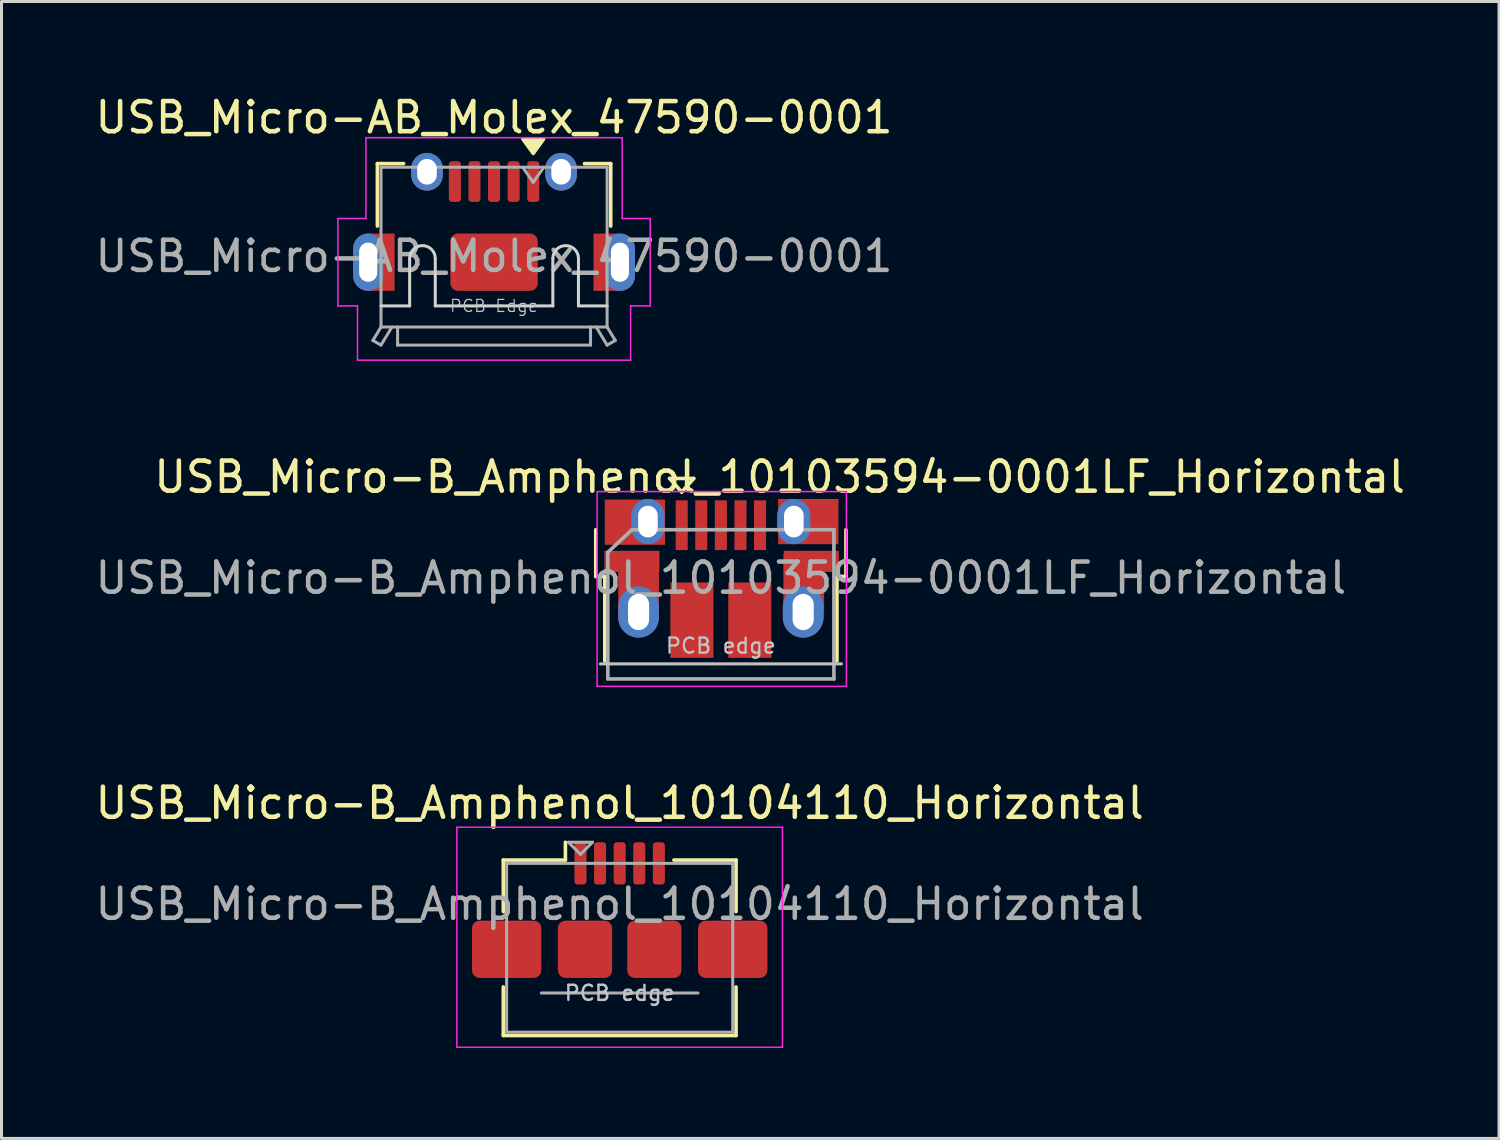
<source format=kicad_pcb>
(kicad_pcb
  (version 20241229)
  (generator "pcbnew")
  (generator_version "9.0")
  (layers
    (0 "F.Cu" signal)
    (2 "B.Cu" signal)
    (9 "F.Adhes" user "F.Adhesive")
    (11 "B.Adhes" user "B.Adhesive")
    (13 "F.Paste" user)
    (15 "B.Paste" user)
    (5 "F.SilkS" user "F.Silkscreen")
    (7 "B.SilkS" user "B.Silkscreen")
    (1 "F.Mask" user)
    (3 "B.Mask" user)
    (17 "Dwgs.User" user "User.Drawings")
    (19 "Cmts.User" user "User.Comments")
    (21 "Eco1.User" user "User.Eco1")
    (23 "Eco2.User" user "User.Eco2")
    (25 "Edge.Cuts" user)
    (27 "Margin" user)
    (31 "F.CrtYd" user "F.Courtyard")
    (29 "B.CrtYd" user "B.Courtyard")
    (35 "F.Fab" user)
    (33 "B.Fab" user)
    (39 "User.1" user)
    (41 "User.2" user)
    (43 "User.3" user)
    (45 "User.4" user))
  (footprint "USB_Micro-B_Amphenol_10103594-0001LF_Horizontal"
    (layer "F.Cu")
    (at 20.888 16.137)
    (property "Reference" "USB_Micro-B_Amphenol_10103594-0001LF_Horizontal" (at 1.925 -3.365 0) (layer "F.SilkS") (effects (font (size 1 1) (thickness 0.15))))
    (attr smd)
    (fp_line (start -4.175 -0.065) (end -4.175 -1.615) (stroke (width 0.12) (type solid)) (layer "F.SilkS"))
    (fp_line (start -4.175 -0.065) (end -3.875 -0.065) (stroke (width 0.12) (type solid)) (layer "F.SilkS"))
    (fp_line (start -3.875 2.735) (end -3.875 -0.065) (stroke (width 0.12) (type solid)) (layer "F.SilkS"))
    (fp_line (start -1.725 -3.315) (end -0.925 -3.315) (stroke (width 0.12) (type solid)) (layer "F.SilkS"))
    (fp_line (start -1.325 -2.865) (end -1.725 -3.315) (stroke (width 0.12) (type solid)) (layer "F.SilkS"))
    (fp_line (start -0.925 -3.315) (end -1.325 -2.865) (stroke (width 0.12) (type solid)) (layer "F.SilkS"))
    (fp_line (start 3.825 -0.065) (end 4.125 -0.065) (stroke (width 0.12) (type solid)) (layer "F.SilkS"))
    (fp_line (start 3.825 2.735) (end 3.825 -0.065) (stroke (width 0.12) (type solid)) (layer "F.SilkS"))
    (fp_line (start 4.125 -0.065) (end 4.125 -1.615) (stroke (width 0.12) (type solid)) (layer "F.SilkS"))
    (fp_line (start -4.025 2.835) (end 3.975 2.835) (stroke (width 0.1) (type solid)) (layer "Dwgs.User"))
    (fp_line (start -4.13 -2.88) (end -4.13 3.58) (stroke (width 0.05) (type solid)) (layer "F.CrtYd"))
    (fp_line (start -4.13 -2.88) (end 4.14 -2.88) (stroke (width 0.05) (type solid)) (layer "F.CrtYd"))
    (fp_line (start 4.14 3.58) (end -4.13 3.58) (stroke (width 0.05) (type solid)) (layer "F.CrtYd"))
    (fp_line (start 4.14 3.58) (end 4.14 -2.88) (stroke (width 0.05) (type solid)) (layer "F.CrtYd"))
    (fp_line (start -3.775 -0.865) (end -2.975 -1.615) (stroke (width 0.12) (type solid)) (layer "F.Fab"))
    (fp_line (start -3.775 3.335) (end -3.775 -0.865) (stroke (width 0.12) (type solid)) (layer "F.Fab"))
    (fp_line (start -2.975 -1.615) (end 3.725 -1.615) (stroke (width 0.12) (type solid)) (layer "F.Fab"))
    (fp_line (start 3.725 -1.615) (end 3.725 3.335) (stroke (width 0.12) (type solid)) (layer "F.Fab"))
    (fp_line (start 3.725 3.335) (end -3.775 3.335) (stroke (width 0.12) (type solid)) (layer "F.Fab"))
    (fp_text user "PCB edge" (at -0.025 2.235 0) (layer "Dwgs.User") (effects (font (size 0.5 0.5) (thickness 0.075))))
    (fp_text user "${REFERENCE}" (at -0.025 -0.015 0) (layer "F.Fab") (effects (font (size 1 1) (thickness 0.15))))
    (pad "1" smd rect (at -1.325 -1.765 90) (size 1.65 0.4) (layers "F.Cu" "F.Mask" "F.Paste"))
    (pad "2" smd rect (at -0.675 -1.765 90) (size 1.65 0.4) (layers "F.Cu" "F.Mask" "F.Paste"))
    (pad "3" smd rect (at -0.025 -1.765 90) (size 1.65 0.4) (layers "F.Cu" "F.Mask" "F.Paste"))
    (pad "4" smd rect (at 0.625 -1.765 90) (size 1.65 0.4) (layers "F.Cu" "F.Mask" "F.Paste"))
    (pad "5" smd rect (at 1.275 -1.765 90) (size 1.65 0.4) (layers "F.Cu" "F.Mask" "F.Paste"))
    (pad "6" smd rect (at -2.975 -0.565) (size 1.825 0.7) (layers "F.Cu" "F.Mask" "F.Paste"))
    (pad "6" smd rect (at -2.875 -1.865) (size 2 1.5) (layers "F.Cu" "F.Mask" "F.Paste"))
    (pad "6" smd rect (at -2.755 0.185) (size 1.35 2) (layers "F.Cu" "F.Mask" "F.Paste"))
    (pad "6" thru_hole oval (at -2.755 1.115 90) (size 1.7 1.35) (drill oval 1.2 0.7) (property pad_prop_mechanical) (layers "*.Cu" "*.Mask"))
    (pad "6" thru_hole oval (at -2.445 -1.885 90) (size 1.5 1.1) (drill oval 1.05 0.65) (property pad_prop_mechanical) (layers "*.Cu" "*.Mask"))
    (pad "6" smd rect (at -0.985 1.385 90) (size 2.5 1.43) (layers "F.Cu" "F.Mask" "F.Paste"))
    (pad "6" smd rect (at 0.935 1.385 90) (size 2.5 1.43) (layers "F.Cu" "F.Mask" "F.Paste"))
    (pad "6" thru_hole oval (at 2.395 -1.885 90) (size 1.5 1.1) (drill oval 1.05 0.65) (property pad_prop_mechanical) (layers "*.Cu" "*.Mask"))
    (pad "6" thru_hole oval (at 2.705 1.115 90) (size 1.7 1.35) (drill oval 1.2 0.7) (property pad_prop_mechanical) (layers "*.Cu" "*.Mask"))
    (pad "6" smd rect (at 2.725 0.185) (size 1.35 2) (layers "F.Cu" "F.Mask" "F.Paste"))
    (pad "6" smd rect (at 2.875 -1.885) (size 2 1.5) (layers "F.Cu" "F.Mask" "F.Paste"))
    (pad "6" smd rect (at 2.975 -0.565) (size 1.825 0.7) (layers "F.Cu" "F.Mask" "F.Paste")))
  (footprint "USB_Micro-AB_Molex_47590-0001"
    (layer "F.Cu")
    (at 13.339 5.998)
    (property "Reference" "USB_Micro-AB_Molex_47590-0001" (at 0 -5.15 180) (layer "F.SilkS") (effects (font (size 1 1) (thickness 0.15))))
    (attr smd)
    (fp_line (start -3.87 -3.62) (end -3.87 -1.55) (stroke (width 0.12) (type solid)) (layer "F.SilkS"))
    (fp_line (start -3.87 -3.62) (end -3 -3.62) (stroke (width 0.12) (type solid)) (layer "F.SilkS"))
    (fp_line (start 3 -3.62) (end 3.87 -3.62) (stroke (width 0.12) (type solid)) (layer "F.SilkS"))
    (fp_line (start 3.87 -3.62) (end 3.87 -1.55) (stroke (width 0.12) (type solid)) (layer "F.SilkS"))
    (fp_poly (pts (xy 1.3 -3.96) (xy 0.96 -4.43) (xy 1.64 -4.43) (xy 1.3 -3.96)) (stroke (width 0.12) (type solid)) (fill yes) (layer "F.SilkS"))
    (fp_line (start -3.75 1.1) (end -2.8 1.1) (stroke (width 0.1) (type solid)) (layer "Edge.Cuts"))
    (fp_line (start -2.8 -0.475) (end -2.8 1.1) (stroke (width 0.1) (type solid)) (layer "Edge.Cuts"))
    (fp_line (start -1.95 -0.475) (end -1.95 1.1) (stroke (width 0.1) (type solid)) (layer "Edge.Cuts"))
    (fp_line (start -1.95 1.1) (end 1.95 1.1) (stroke (width 0.1) (type solid)) (layer "Edge.Cuts"))
    (fp_line (start 1.95 -0.475) (end 1.95 1.1) (stroke (width 0.1) (type solid)) (layer "Edge.Cuts"))
    (fp_line (start 2.8 -0.475) (end 2.8 1.1) (stroke (width 0.1) (type solid)) (layer "Edge.Cuts"))
    (fp_line (start 2.8 1.1) (end 3.75 1.1) (stroke (width 0.1) (type solid)) (layer "Edge.Cuts"))
    (fp_arc (start -2.8 -0.475) (mid -2.375 -0.9) (end -1.95 -0.475) (stroke (width 0.1) (type solid)) (layer "Edge.Cuts"))
    (fp_arc (start 1.95 -0.475) (mid 2.375 -0.9) (end 2.8 -0.475) (stroke (width 0.1) (type solid)) (layer "Edge.Cuts"))
    (fp_line (start -5.18 -1.8) (end -5.18 1.1) (stroke (width 0.05) (type solid)) (layer "F.CrtYd"))
    (fp_line (start -5.18 1.1) (end -4.53 1.1) (stroke (width 0.05) (type default)) (layer "F.CrtYd"))
    (fp_line (start -4.53 1.1) (end -4.53 2.9) (stroke (width 0.05) (type default)) (layer "F.CrtYd"))
    (fp_line (start -4.53 2.9) (end 4.53 2.9) (stroke (width 0.05) (type solid)) (layer "F.CrtYd"))
    (fp_line (start -4.25 -4.48) (end -4.25 -1.8) (stroke (width 0.05) (type default)) (layer "F.CrtYd"))
    (fp_line (start -4.25 -4.48) (end 4.25 -4.48) (stroke (width 0.05) (type solid)) (layer "F.CrtYd"))
    (fp_line (start -4.25 -1.8) (end -5.18 -1.8) (stroke (width 0.05) (type default)) (layer "F.CrtYd"))
    (fp_line (start 4.25 -4.48) (end 4.25 -1.8) (stroke (width 0.05) (type default)) (layer "F.CrtYd"))
    (fp_line (start 4.25 -1.8) (end 5.18 -1.8) (stroke (width 0.05) (type default)) (layer "F.CrtYd"))
    (fp_line (start 4.53 1.1) (end 4.53 2.9) (stroke (width 0.05) (type default)) (layer "F.CrtYd"))
    (fp_line (start 5.18 -1.8) (end 5.18 1.1) (stroke (width 0.05) (type solid)) (layer "F.CrtYd"))
    (fp_line (start 5.18 1.1) (end 4.53 1.1) (stroke (width 0.05) (type default)) (layer "F.CrtYd"))
    (fp_line (start -3.75 -3.5) (end -3.75 1.8) (stroke (width 0.1) (type solid)) (layer "F.Fab"))
    (fp_line (start -3.75 -3.5) (end 3.75 -3.5) (stroke (width 0.1) (type solid)) (layer "F.Fab"))
    (fp_line (start -3.75 1.8) (end -4.021 2.246) (stroke (width 0.1) (type solid)) (layer "F.Fab"))
    (fp_line (start -3.75 1.8) (end 3.75 1.8) (stroke (width 0.1) (type solid)) (layer "F.Fab"))
    (fp_line (start -3.75 2.4) (end -4.021 2.246) (stroke (width 0.1) (type default)) (layer "F.Fab"))
    (fp_line (start -3.388 1.8) (end -3.75 2.4) (stroke (width 0.1) (type solid)) (layer "F.Fab"))
    (fp_line (start -3.2 1.8) (end -3.2 2.4) (stroke (width 0.1) (type solid)) (layer "F.Fab"))
    (fp_line (start -3.2 2.4) (end 3.2 2.4) (stroke (width 0.1) (type solid)) (layer "F.Fab"))
    (fp_line (start 0.95 -3.5) (end 1.3 -3) (stroke (width 0.1) (type solid)) (layer "F.Fab"))
    (fp_line (start 1.3 -3) (end 1.65 -3.5) (stroke (width 0.1) (type solid)) (layer "F.Fab"))
    (fp_line (start 3.2 1.8) (end 3.2 2.4) (stroke (width 0.1) (type solid)) (layer "F.Fab"))
    (fp_line (start 3.388 1.8) (end 3.75 2.4) (stroke (width 0.1) (type solid)) (layer "F.Fab"))
    (fp_line (start 3.75 -3.5) (end 3.75 1.8) (stroke (width 0.1) (type solid)) (layer "F.Fab"))
    (fp_line (start 3.75 1.8) (end 4.021 2.246) (stroke (width 0.1) (type solid)) (layer "F.Fab"))
    (fp_line (start 3.75 2.4) (end 4.021 2.246) (stroke (width 0.1) (type default)) (layer "F.Fab"))
    (fp_text user "PCB Edge" (at 0 1.1 0) (layer "Dwgs.User") (effects (font (size 0.4 0.4) (thickness 0.04))))
    (fp_text user "${REFERENCE}" (at 0 -0.55 0) (layer "F.Fab") (effects (font (size 1 1) (thickness 0.15))))
    (pad "" smd rect (at -3.5 -0.35) (size 0.3 0.85) (layers "F.Paste"))
    (pad "" smd rect (at 3.5 -0.35) (size 0.3 0.85) (layers "F.Paste"))
    (pad "1" smd roundrect (at 1.3 -3.025) (size 0.4 1.35) (layers "F.Cu" "F.Mask" "F.Paste") (roundrect_rratio 0.25))
    (pad "2" smd roundrect (at 0.65 -3.025) (size 0.4 1.35) (layers "F.Cu" "F.Mask" "F.Paste") (roundrect_rratio 0.25))
    (pad "3" smd roundrect (at 0 -3.025) (size 0.4 1.35) (layers "F.Cu" "F.Mask" "F.Paste") (roundrect_rratio 0.25))
    (pad "4" smd roundrect (at -0.65 -3.025) (size 0.4 1.35) (layers "F.Cu" "F.Mask" "F.Paste") (roundrect_rratio 0.25))
    (pad "5" smd roundrect (at -1.3 -3.025) (size 0.4 1.35) (layers "F.Cu" "F.Mask" "F.Paste") (roundrect_rratio 0.25))
    (pad "SH" thru_hole oval (at -4.175 -0.35) (size 1 1.9) (drill oval 0.6 1.3) (property pad_prop_mechanical) (layers "*.Cu" "*.Mask"))
    (pad "SH" smd rect (at -3.737 -0.35) (size 0.875 1.9) (layers "F.Cu" "F.Mask"))
    (pad "SH" thru_hole oval (at -2.225 -3.35) (size 1.05 1.25) (drill oval 0.65 0.85) (property pad_prop_mechanical) (layers "*.Cu" "*.Mask"))
    (pad "SH" smd roundrect (at 0 -0.35) (size 2.9 1.9) (layers "F.Cu" "F.Mask" "F.Paste") (roundrect_rratio 0.132))
    (pad "SH" thru_hole oval (at 2.225 -3.35) (size 1.05 1.25) (drill oval 0.65 0.85) (property pad_prop_mechanical) (layers "*.Cu" "*.Mask"))
    (pad "SH" smd rect (at 3.737 -0.35) (size 0.875 1.9) (layers "F.Cu" "F.Mask"))
    (pad "SH" thru_hole oval (at 4.175 -0.35) (size 1 1.9) (drill oval 0.6 1.3) (property pad_prop_mechanical) (layers "*.Cu" "*.Mask")))
  (footprint "USB_Micro-B_Amphenol_10104110_Horizontal"
    (layer "F.Cu")
    (at 17.506 27.14)
    (property "Reference" "USB_Micro-B_Amphenol_10104110_Horizontal" (at 0 -3.55 0) (layer "F.SilkS") (effects (font (size 1 1) (thickness 0.15))))
    (attr smd)
    (fp_line (start -3.86 -1.66) (end -1.8 -1.66) (stroke (width 0.12) (type solid)) (layer "F.SilkS"))
    (fp_line (start -3.86 0.05) (end -3.86 -1.66) (stroke (width 0.12) (type solid)) (layer "F.SilkS"))
    (fp_line (start -3.86 4.16) (end -3.86 2.55) (stroke (width 0.12) (type solid)) (layer "F.SilkS"))
    (fp_line (start -3.86 4.16) (end 3.86 4.16) (stroke (width 0.12) (type solid)) (layer "F.SilkS"))
    (fp_line (start -1.8 -1.66) (end -1.8 -2.25) (stroke (width 0.12) (type solid)) (layer "F.SilkS"))
    (fp_line (start 3.86 -1.66) (end 1.8 -1.66) (stroke (width 0.12) (type solid)) (layer "F.SilkS"))
    (fp_line (start 3.86 0.05) (end 3.86 -1.66) (stroke (width 0.12) (type solid)) (layer "F.SilkS"))
    (fp_line (start 3.86 4.16) (end 3.86 2.55) (stroke (width 0.12) (type solid)) (layer "F.SilkS"))
    (fp_line (start -5.4 -2.75) (end -5.4 4.55) (stroke (width 0.05) (type solid)) (layer "F.CrtYd"))
    (fp_line (start -5.4 4.55) (end 5.4 4.55) (stroke (width 0.05) (type solid)) (layer "F.CrtYd"))
    (fp_line (start 5.4 -2.75) (end -5.4 -2.75) (stroke (width 0.05) (type solid)) (layer "F.CrtYd"))
    (fp_line (start 5.4 4.55) (end 5.4 -2.75) (stroke (width 0.05) (type solid)) (layer "F.CrtYd"))
    (fp_line (start -3.75 -1.55) (end 3.75 -1.55) (stroke (width 0.1) (type solid)) (layer "F.Fab"))
    (fp_line (start -3.75 4.05) (end -3.75 -1.55) (stroke (width 0.1) (type solid)) (layer "F.Fab"))
    (fp_line (start -2.6 2.75) (end 2.6 2.75) (stroke (width 0.1) (type solid)) (layer "F.Fab"))
    (fp_line (start -1.7 -2.25) (end -1.3 -1.85) (stroke (width 0.1) (type solid)) (layer "F.Fab"))
    (fp_line (start -1.3 -1.85) (end -0.9 -2.25) (stroke (width 0.1) (type solid)) (layer "F.Fab"))
    (fp_line (start -0.9 -2.25) (end -1.7 -2.25) (stroke (width 0.1) (type solid)) (layer "F.Fab"))
    (fp_line (start 3.75 -1.55) (end 3.75 4.05) (stroke (width 0.1) (type solid)) (layer "F.Fab"))
    (fp_line (start 3.75 4.05) (end -3.75 4.05) (stroke (width 0.1) (type solid)) (layer "F.Fab"))
    (fp_text user "PCB edge" (at 0 2.75 0) (layer "Dwgs.User") (effects (font (size 0.5 0.5) (thickness 0.08))))
    (fp_text user "${REFERENCE}" (at 0 -0.2 0) (layer "F.Fab") (effects (font (size 1 1) (thickness 0.15))))
    (pad "1" smd roundrect (at -1.3 -1.55) (size 0.4 1.4) (layers "F.Cu" "F.Mask" "F.Paste") (roundrect_rratio 0.25))
    (pad "2" smd roundrect (at -0.65 -1.55) (size 0.4 1.4) (layers "F.Cu" "F.Mask" "F.Paste") (roundrect_rratio 0.25))
    (pad "3" smd roundrect (at 0 -1.55) (size 0.4 1.4) (layers "F.Cu" "F.Mask" "F.Paste") (roundrect_rratio 0.25))
    (pad "4" smd roundrect (at 0.65 -1.55) (size 0.4 1.4) (layers "F.Cu" "F.Mask" "F.Paste") (roundrect_rratio 0.25))
    (pad "5" smd roundrect (at 1.3 -1.55) (size 0.4 1.4) (layers "F.Cu" "F.Mask" "F.Paste") (roundrect_rratio 0.25))
    (pad "SH" smd roundrect (at -3.75 1.3) (size 2.3 1.9) (layers "F.Cu" "F.Mask" "F.Paste") (roundrect_rratio 0.132))
    (pad "SH" smd roundrect (at -1.15 1.3) (size 1.8 1.9) (layers "F.Cu" "F.Mask" "F.Paste") (roundrect_rratio 0.139))
    (pad "SH" smd roundrect (at 1.15 1.3) (size 1.8 1.9) (layers "F.Cu" "F.Mask" "F.Paste") (roundrect_rratio 0.139))
    (pad "SH" smd roundrect (at 3.75 1.3) (size 2.3 1.9) (layers "F.Cu" "F.Mask" "F.Paste") (roundrect_rratio 0.132)))
  (gr_rect
    (start -3 -3)
    (end 46.676 34.715)
    (stroke (width 0.1) (type default))
    (fill no)
    (layer "Edge.Cuts")))
</source>
